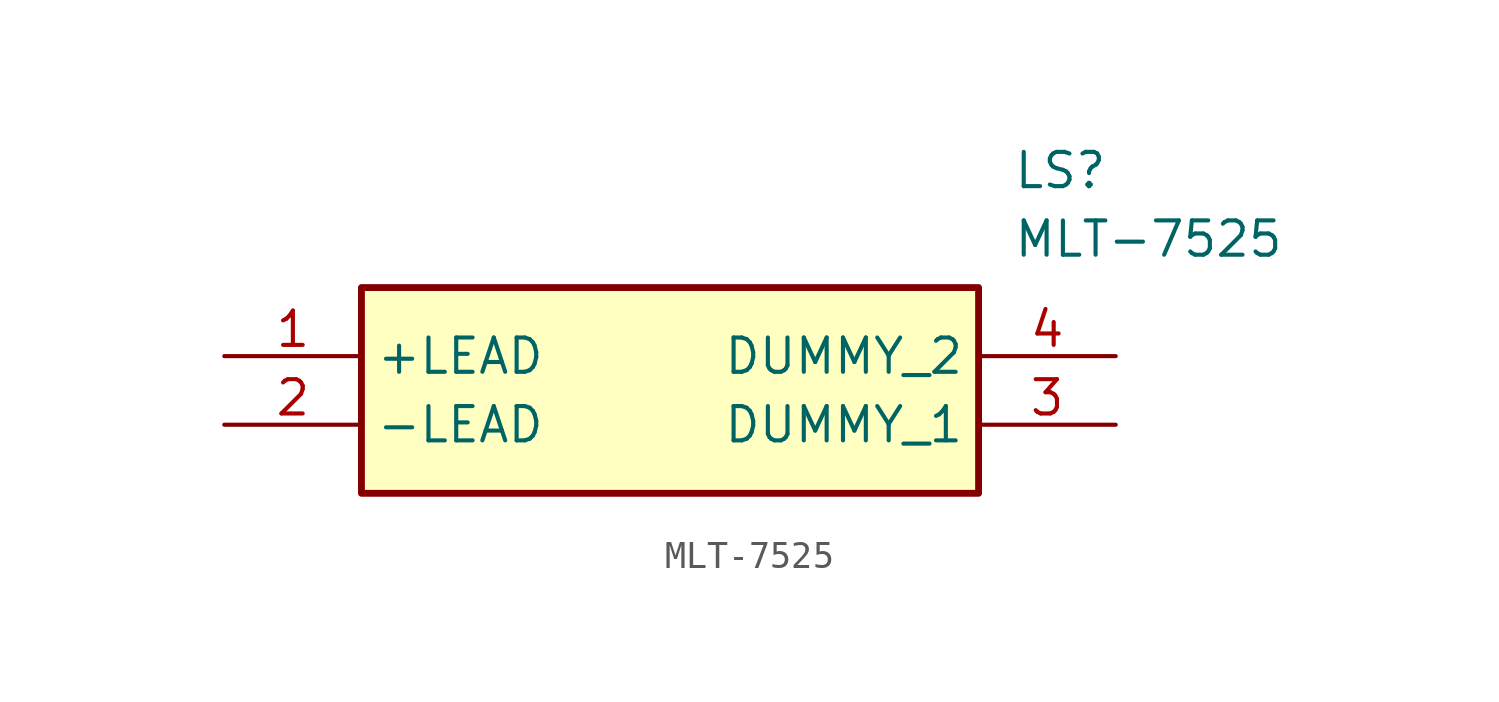
<source format=kicad_sym>
(kicad_symbol_lib
  (version 20211014)
  (generator SamacSys_ECAD_Model)
  (symbol "MLT-7525"
    (property "Reference" "LS"
      (at 29.21 7.62 0)
      (effects (font (size 1.27 1.27)) (justify left top)))
    (property "Value" "MLT-7525"
      (at 29.21 5.08 0)
      (effects (font (size 1.27 1.27)) (justify left top)))
    (rectangle
      (start 5.08 2.54)
      (end 27.94 -5.08)
      (stroke (width 0.254) (type default))
      (fill (type background)))
    (pin passive line
      (at 0 0 0)
      (length 5.08)
      (name "+LEAD" (effects (font (size 1.27 1.27))))
      (number "1" (effects (font (size 1.27 1.27)))))
    (pin passive line
      (at 0 -2.54 0)
      (length 5.08)
      (name "-LEAD" (effects (font (size 1.27 1.27))))
      (number "2" (effects (font (size 1.27 1.27)))))
    (pin passive line
      (at 33.02 -2.54 180)
      (length 5.08)
      (name "DUMMY_1" (effects (font (size 1.27 1.27))))
      (number "3" (effects (font (size 1.27 1.27)))))
    (pin passive line
      (at 33.02 0 180)
      (length 5.08)
      (name "DUMMY_2" (effects (font (size 1.27 1.27))))
      (number "4" (effects (font (size 1.27 1.27)))))))
</source>
